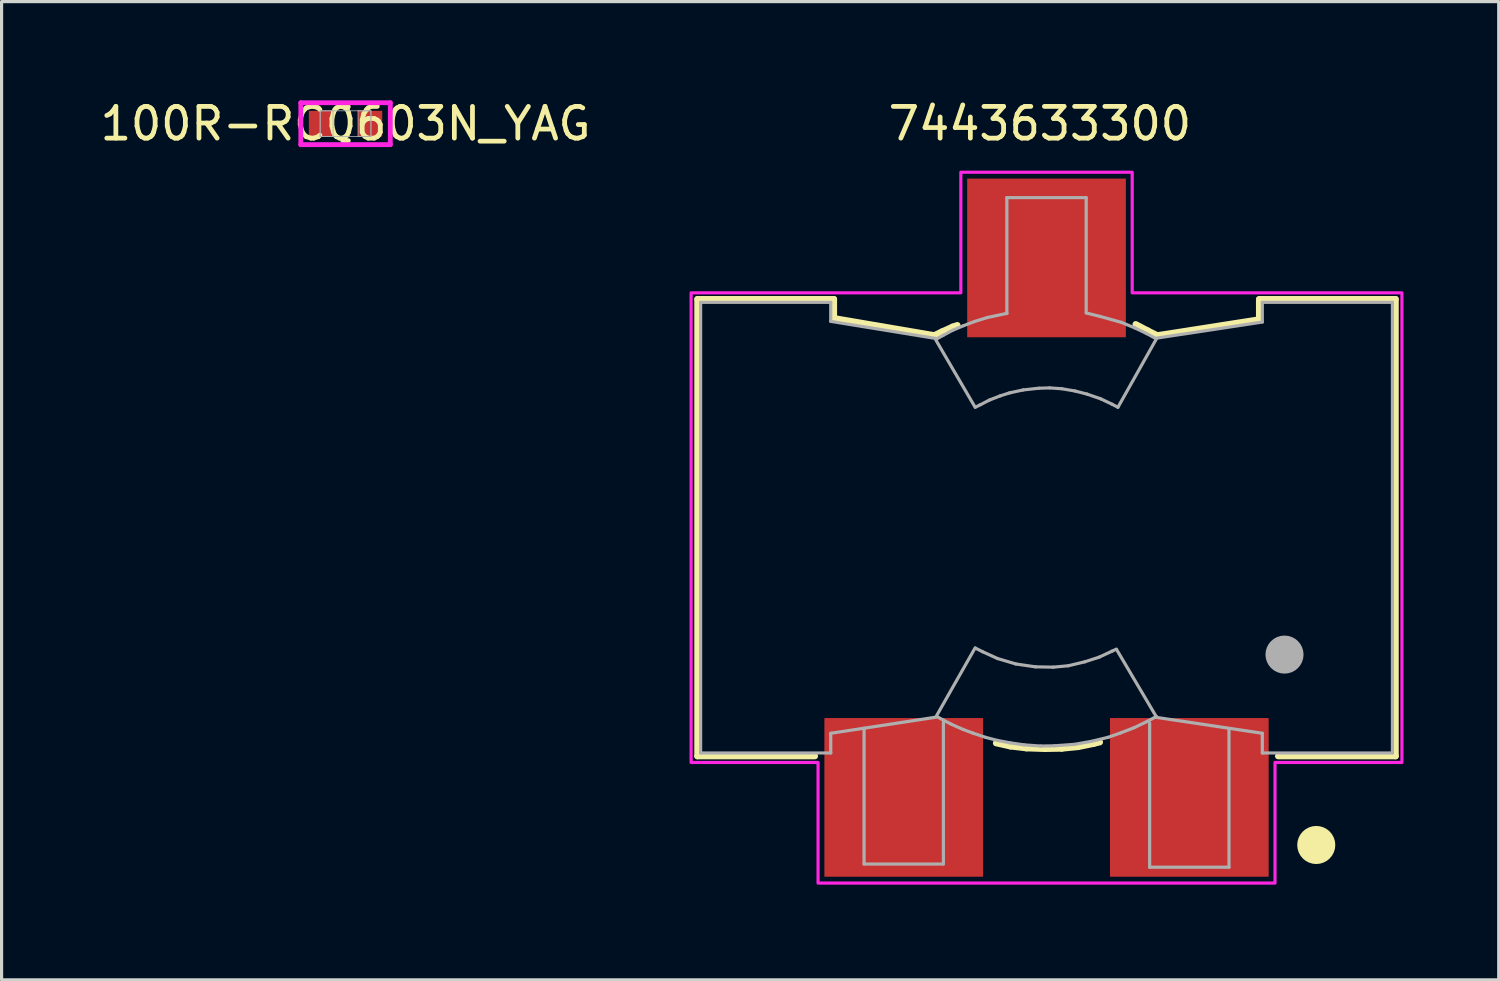
<source format=kicad_pcb>
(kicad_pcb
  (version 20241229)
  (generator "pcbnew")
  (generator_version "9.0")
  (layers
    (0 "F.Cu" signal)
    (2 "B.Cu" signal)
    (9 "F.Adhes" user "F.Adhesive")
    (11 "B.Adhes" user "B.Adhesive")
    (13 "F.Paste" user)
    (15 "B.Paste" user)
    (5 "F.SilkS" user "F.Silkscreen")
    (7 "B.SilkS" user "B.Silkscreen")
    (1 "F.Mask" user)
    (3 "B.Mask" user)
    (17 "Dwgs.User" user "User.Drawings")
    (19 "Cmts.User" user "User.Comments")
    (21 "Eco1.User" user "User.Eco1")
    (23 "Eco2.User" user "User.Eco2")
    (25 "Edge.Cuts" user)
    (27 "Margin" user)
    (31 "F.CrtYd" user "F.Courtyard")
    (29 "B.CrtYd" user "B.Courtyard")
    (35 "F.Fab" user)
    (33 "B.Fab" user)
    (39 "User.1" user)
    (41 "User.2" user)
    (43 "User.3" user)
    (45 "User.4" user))
  (footprint "100R-RC0603N_YAG"
    (layer "F.Cu")
    (at 7.839 0.848)
    (property "Reference" "100R-RC0603N_YAG" (at 0 0 0) (unlocked yes) (layer "F.SilkS") (effects (font (size 1 1) (thickness 0.15))))
    (attr smd)
    (fp_line (start -0.086 0.533) (end 0.086 0.533) (stroke (width 0.152) (type solid)) (layer "F.SilkS"))
    (fp_line (start 0.086 -0.533) (end -0.086 -0.533) (stroke (width 0.152) (type solid)) (layer "F.SilkS"))
    (fp_line (start -1.41 -0.66) (end 1.41 -0.66) (stroke (width 0.152) (type solid)) (layer "F.CrtYd"))
    (fp_line (start -1.41 0.66) (end -1.41 -0.66) (stroke (width 0.152) (type solid)) (layer "F.CrtYd"))
    (fp_line (start 1.41 -0.66) (end 1.41 0.66) (stroke (width 0.152) (type solid)) (layer "F.CrtYd"))
    (fp_line (start 1.41 0.66) (end -1.41 0.66) (stroke (width 0.152) (type solid)) (layer "F.CrtYd"))
    (fp_line (start -0.8 -0.406) (end -0.8 0.406) (stroke (width 0.025) (type solid)) (layer "F.Fab"))
    (fp_line (start -0.8 -0.406) (end -0.8 0.406) (stroke (width 0.025) (type solid)) (layer "F.Fab"))
    (fp_line (start -0.8 0.406) (end -0.394 0.406) (stroke (width 0.025) (type solid)) (layer "F.Fab"))
    (fp_line (start -0.8 0.406) (end 0.8 0.406) (stroke (width 0.025) (type solid)) (layer "F.Fab"))
    (fp_line (start -0.394 -0.406) (end -0.8 -0.406) (stroke (width 0.025) (type solid)) (layer "F.Fab"))
    (fp_line (start -0.394 0.406) (end -0.394 -0.406) (stroke (width 0.025) (type solid)) (layer "F.Fab"))
    (fp_line (start 0.394 -0.406) (end 0.394 0.406) (stroke (width 0.025) (type solid)) (layer "F.Fab"))
    (fp_line (start 0.394 0.406) (end 0.8 0.406) (stroke (width 0.025) (type solid)) (layer "F.Fab"))
    (fp_line (start 0.8 -0.406) (end -0.8 -0.406) (stroke (width 0.025) (type solid)) (layer "F.Fab"))
    (fp_line (start 0.8 -0.406) (end 0.394 -0.406) (stroke (width 0.025) (type solid)) (layer "F.Fab"))
    (fp_line (start 0.8 0.406) (end 0.8 -0.406) (stroke (width 0.025) (type solid)) (layer "F.Fab"))
    (fp_line (start 0.8 0.406) (end 0.8 -0.406) (stroke (width 0.025) (type solid)) (layer "F.Fab"))
    (pad "1" smd rect (at -0.775 0) (size 0.762 0.813) (layers "F.Cu" "F.Mask" "F.Paste"))
    (pad "2" smd rect (at 0.775 0) (size 0.762 0.813) (layers "F.Cu" "F.Mask" "F.Paste"))
    (zone (net_name "") (layer "F.Cu") (hatch full 0.508) (connect_pads) (min_thickness 0.254) (filled_areas_thickness no) (keepout (tracks not_allowed) (vias not_allowed) (pads allowed) (copperpour not_allowed) (footprints allowed)) (placement (enabled no)) (fill) (polygon (pts (xy 7.496 0.493) (xy 8.182 0.493) (xy 8.182 1.204) (xy 7.496 1.204)))))
  (footprint "7443633300"
    (layer "F.Cu")
    (at 29.929 13.578)
    (property "Reference" "7443633300" (at -0.21 -12.73 0) (layer "F.SilkS") (effects (font (size 1 1) (thickness 0.15))))
    (attr smd)
    (fp_line (start -11 -7.2) (end -11 7.2) (stroke (width 0.2) (type solid)) (layer "F.SilkS"))
    (fp_line (start -11 7.2) (end -7.3 7.2) (stroke (width 0.2) (type solid)) (layer "F.SilkS"))
    (fp_line (start -6.7 -7.2) (end -11 -7.2) (stroke (width 0.2) (type solid)) (layer "F.SilkS"))
    (fp_line (start -6.7 -7.2) (end -6.7 -6.6) (stroke (width 0.2) (type solid)) (layer "F.SilkS"))
    (fp_line (start -6.7 -6.6) (end -3.54 -6.06) (stroke (width 0.2) (type solid)) (layer "F.SilkS"))
    (fp_line (start -3.54 -6.06) (end -3.29 -6.18) (stroke (width 0.2) (type solid)) (layer "F.SilkS"))
    (fp_line (start -3.29 -6.18) (end -2.96 -6.33) (stroke (width 0.2) (type solid)) (layer "F.SilkS"))
    (fp_line (start -2.96 -6.33) (end -2.81 -6.38) (stroke (width 0.2) (type solid)) (layer "F.SilkS"))
    (fp_line (start -1.59 6.79) (end -1.14 6.89) (stroke (width 0.2) (type solid)) (layer "F.SilkS"))
    (fp_line (start -1.14 6.89) (end -0.63 6.95) (stroke (width 0.2) (type solid)) (layer "F.SilkS"))
    (fp_line (start -0.63 6.95) (end -0.05 6.97) (stroke (width 0.2) (type solid)) (layer "F.SilkS"))
    (fp_line (start -0.05 6.97) (end 0.48 6.96) (stroke (width 0.2) (type solid)) (layer "F.SilkS"))
    (fp_line (start 0.48 6.96) (end 0.99 6.91) (stroke (width 0.2) (type solid)) (layer "F.SilkS"))
    (fp_line (start 0.99 6.91) (end 1.48 6.81) (stroke (width 0.2) (type solid)) (layer "F.SilkS"))
    (fp_line (start 1.48 6.81) (end 1.68 6.76) (stroke (width 0.2) (type solid)) (layer "F.SilkS"))
    (fp_line (start 3.19 -6.21) (end 2.81 -6.41) (stroke (width 0.2) (type solid)) (layer "F.SilkS"))
    (fp_line (start 3.49 -6.06) (end 3.19 -6.21) (stroke (width 0.2) (type solid)) (layer "F.SilkS"))
    (fp_line (start 6.7 -7.2) (end 11 -7.2) (stroke (width 0.2) (type solid)) (layer "F.SilkS"))
    (fp_line (start 6.7 -7.19) (end 6.7 -6.58) (stroke (width 0.2) (type solid)) (layer "F.SilkS"))
    (fp_line (start 6.7 -6.56) (end 3.49 -6.06) (stroke (width 0.2) (type solid)) (layer "F.SilkS"))
    (fp_line (start 11 -7.2) (end 11 7.2) (stroke (width 0.2) (type solid)) (layer "F.SilkS"))
    (fp_line (start 11 7.2) (end 7.3 7.2) (stroke (width 0.2) (type solid)) (layer "F.SilkS"))
    (fp_circle (center 8.5 10) (end 8.8 10) (stroke (width 0.6) (type solid)) (fill no) (layer "F.SilkS"))
    (fp_poly (pts (xy -2.7 -11.2) (xy 2.7 -11.2) (xy 2.7 -7.4) (xy 11.2 -7.4) (xy 11.2 7.4) (xy 7.2 7.4) (xy 7.2 11.2) (xy -7.2 11.2) (xy -7.2 7.4) (xy -11.2 7.4) (xy -11.2 -7.4) (xy -2.7 -7.4)) (stroke (width 0.1) (type solid)) (fill no) (layer "F.CrtYd"))
    (fp_line (start -10.9 -7.1) (end -10.9 7.1) (stroke (width 0.1) (type solid)) (layer "F.Fab"))
    (fp_line (start -10.9 7.1) (end -6.8 7.1) (stroke (width 0.1) (type solid)) (layer "F.Fab"))
    (fp_line (start -6.8 -7.1) (end -10.9 -7.1) (stroke (width 0.1) (type solid)) (layer "F.Fab"))
    (fp_line (start -6.8 -7.1) (end -6.8 -6.5) (stroke (width 0.1) (type solid)) (layer "F.Fab"))
    (fp_line (start -6.8 -6.5) (end -3.47 -5.959) (stroke (width 0.1) (type solid)) (layer "F.Fab"))
    (fp_line (start -6.8 6.48) (end -6.8 7.1) (stroke (width 0.1) (type solid)) (layer "F.Fab"))
    (fp_line (start -6.8 6.48) (end -3.47 5.97) (stroke (width 0.1) (type solid)) (layer "F.Fab"))
    (fp_line (start -5.75 6.32) (end -5.75 10.6) (stroke (width 0.1) (type solid)) (layer "F.Fab"))
    (fp_line (start -5.75 10.6) (end -3.25 10.6) (stroke (width 0.1) (type solid)) (layer "F.Fab"))
    (fp_line (start -3.491 -5.919) (end -2.25 -3.795) (stroke (width 0.1) (type solid)) (layer "F.Fab"))
    (fp_line (start -3.48 5.953) (end -2.25 3.789) (stroke (width 0.1) (type solid)) (layer "F.Fab"))
    (fp_line (start -3.474 -5.941) (end -3.257 -6.06) (stroke (width 0.1) (type solid)) (layer "F.Fab"))
    (fp_line (start -3.452 5.955) (end -3.26 6.06) (stroke (width 0.1) (type solid)) (layer "F.Fab"))
    (fp_line (start -3.26 6.06) (end -2.995 6.197) (stroke (width 0.1) (type solid)) (layer "F.Fab"))
    (fp_line (start -3.257 -6.06) (end -2.964 -6.218) (stroke (width 0.1) (type solid)) (layer "F.Fab"))
    (fp_line (start -3.25 10.6) (end -3.25 6.14) (stroke (width 0.1) (type solid)) (layer "F.Fab"))
    (fp_line (start -2.995 6.197) (end -2.635 6.357) (stroke (width 0.1) (type solid)) (layer "F.Fab"))
    (fp_line (start -2.964 -6.218) (end -2.611 -6.366) (stroke (width 0.1) (type solid)) (layer "F.Fab"))
    (fp_line (start -2.635 6.357) (end -2.32 6.475) (stroke (width 0.1) (type solid)) (layer "F.Fab"))
    (fp_line (start -2.611 -6.366) (end -2.265 -6.498) (stroke (width 0.1) (type solid)) (layer "F.Fab"))
    (fp_line (start -2.32 6.475) (end -1.916 6.609) (stroke (width 0.1) (type solid)) (layer "F.Fab"))
    (fp_line (start -2.265 -6.498) (end -1.855 -6.624) (stroke (width 0.1) (type solid)) (layer "F.Fab"))
    (fp_line (start -2.242 -3.795) (end -2.078 -3.877) (stroke (width 0.1) (type solid)) (layer "F.Fab"))
    (fp_line (start -2.237 3.797) (end -2.014 3.91) (stroke (width 0.1) (type solid)) (layer "F.Fab"))
    (fp_line (start -2.078 -3.877) (end -1.804 -4.019) (stroke (width 0.1) (type solid)) (layer "F.Fab"))
    (fp_line (start -2.014 3.91) (end -1.547 4.123) (stroke (width 0.1) (type solid)) (layer "F.Fab"))
    (fp_line (start -1.916 6.609) (end -1.541 6.706) (stroke (width 0.1) (type solid)) (layer "F.Fab"))
    (fp_line (start -1.855 -6.624) (end -1.245 -6.754) (stroke (width 0.1) (type solid)) (layer "F.Fab"))
    (fp_line (start -1.804 -4.019) (end -1.462 -4.152) (stroke (width 0.1) (type solid)) (layer "F.Fab"))
    (fp_line (start -1.547 4.123) (end -0.966 4.296) (stroke (width 0.1) (type solid)) (layer "F.Fab"))
    (fp_line (start -1.541 6.706) (end -1.158 6.779) (stroke (width 0.1) (type solid)) (layer "F.Fab"))
    (fp_line (start -1.462 -4.152) (end -1.165 -4.247) (stroke (width 0.1) (type solid)) (layer "F.Fab"))
    (fp_line (start -1.25 -10.4) (end -1.25 -6.755) (stroke (width 0.1) (type solid)) (layer "F.Fab"))
    (fp_line (start -1.25 -10.4) (end 1.25 -10.4) (stroke (width 0.1) (type solid)) (layer "F.Fab"))
    (fp_line (start -1.165 -4.247) (end -0.736 -4.34) (stroke (width 0.1) (type solid)) (layer "F.Fab"))
    (fp_line (start -1.158 6.779) (end -0.703 6.845) (stroke (width 0.1) (type solid)) (layer "F.Fab"))
    (fp_line (start -0.966 4.296) (end -0.349 4.386) (stroke (width 0.1) (type solid)) (layer "F.Fab"))
    (fp_line (start -0.736 -4.34) (end -0.243 -4.394) (stroke (width 0.1) (type solid)) (layer "F.Fab"))
    (fp_line (start -0.703 6.845) (end -0.186 6.882) (stroke (width 0.1) (type solid)) (layer "F.Fab"))
    (fp_line (start -0.349 4.386) (end 0.213 4.396) (stroke (width 0.1) (type solid)) (layer "F.Fab"))
    (fp_line (start -0.243 -4.394) (end 0.101 -4.404) (stroke (width 0.1) (type solid)) (layer "F.Fab"))
    (fp_line (start -0.186 6.882) (end 0.252 6.874) (stroke (width 0.1) (type solid)) (layer "F.Fab"))
    (fp_line (start 0.101 -4.404) (end 0.479 -4.378) (stroke (width 0.1) (type solid)) (layer "F.Fab"))
    (fp_line (start 0.213 4.396) (end 0.688 4.352) (stroke (width 0.1) (type solid)) (layer "F.Fab"))
    (fp_line (start 0.252 6.874) (end 0.876 6.829) (stroke (width 0.1) (type solid)) (layer "F.Fab"))
    (fp_line (start 0.479 -4.378) (end 0.901 -4.306) (stroke (width 0.1) (type solid)) (layer "F.Fab"))
    (fp_line (start 0.688 4.352) (end 1.205 4.228) (stroke (width 0.1) (type solid)) (layer "F.Fab"))
    (fp_line (start 0.876 6.829) (end 1.395 6.738) (stroke (width 0.1) (type solid)) (layer "F.Fab"))
    (fp_line (start 0.901 -4.306) (end 1.279 -4.208) (stroke (width 0.1) (type solid)) (layer "F.Fab"))
    (fp_line (start 1.205 4.228) (end 1.659 4.081) (stroke (width 0.1) (type solid)) (layer "F.Fab"))
    (fp_line (start 1.25 -10.4) (end 1.25 -6.768) (stroke (width 0.1) (type solid)) (layer "F.Fab"))
    (fp_line (start 1.252 -6.766) (end 1.686 -6.657) (stroke (width 0.1) (type solid)) (layer "F.Fab"))
    (fp_line (start 1.279 -4.208) (end 1.707 -4.06) (stroke (width 0.1) (type solid)) (layer "F.Fab"))
    (fp_line (start 1.395 6.738) (end 1.937 6.608) (stroke (width 0.1) (type solid)) (layer "F.Fab"))
    (fp_line (start 1.659 4.081) (end 2.068 3.89) (stroke (width 0.1) (type solid)) (layer "F.Fab"))
    (fp_line (start 1.686 -6.657) (end 2.358 -6.47) (stroke (width 0.1) (type solid)) (layer "F.Fab"))
    (fp_line (start 1.707 -4.06) (end 2.069 -3.888) (stroke (width 0.1) (type solid)) (layer "F.Fab"))
    (fp_line (start 1.937 6.608) (end 2.34 6.467) (stroke (width 0.1) (type solid)) (layer "F.Fab"))
    (fp_line (start 2.068 3.89) (end 2.205 3.827) (stroke (width 0.1) (type solid)) (layer "F.Fab"))
    (fp_line (start 2.069 -3.888) (end 2.249 -3.793) (stroke (width 0.1) (type solid)) (layer "F.Fab"))
    (fp_line (start 2.34 6.467) (end 2.762 6.303) (stroke (width 0.1) (type solid)) (layer "F.Fab"))
    (fp_line (start 2.358 -6.47) (end 2.789 -6.292) (stroke (width 0.1) (type solid)) (layer "F.Fab"))
    (fp_line (start 2.762 6.303) (end 3.182 6.101) (stroke (width 0.1) (type solid)) (layer "F.Fab"))
    (fp_line (start 2.789 -6.292) (end 3.155 -6.117) (stroke (width 0.1) (type solid)) (layer "F.Fab"))
    (fp_line (start 3.155 -6.117) (end 3.457 -5.953) (stroke (width 0.1) (type solid)) (layer "F.Fab"))
    (fp_line (start 3.182 6.101) (end 3.464 5.949) (stroke (width 0.1) (type solid)) (layer "F.Fab"))
    (fp_line (start 3.25 6.157) (end 3.25 10.7) (stroke (width 0.1) (type solid)) (layer "F.Fab"))
    (fp_line (start 3.25 10.7) (end 5.75 10.7) (stroke (width 0.1) (type solid)) (layer "F.Fab"))
    (fp_line (start 3.466 5.969) (end 2.225 3.869) (stroke (width 0.1) (type solid)) (layer "F.Fab"))
    (fp_line (start 3.467 -5.957) (end 2.25 -3.793) (stroke (width 0.1) (type solid)) (layer "F.Fab"))
    (fp_line (start 5.75 10.7) (end 5.75 6.33) (stroke (width 0.1) (type solid)) (layer "F.Fab"))
    (fp_line (start 6.8 -7.1) (end 6.8 -6.48) (stroke (width 0.1) (type solid)) (layer "F.Fab"))
    (fp_line (start 6.8 -6.48) (end 3.47 -5.973) (stroke (width 0.1) (type solid)) (layer "F.Fab"))
    (fp_line (start 6.8 6.48) (end 3.442 5.976) (stroke (width 0.1) (type solid)) (layer "F.Fab"))
    (fp_line (start 6.8 6.48) (end 6.8 7.1) (stroke (width 0.1) (type solid)) (layer "F.Fab"))
    (fp_line (start 6.8 7.1) (end 10.9 7.1) (stroke (width 0.1) (type solid)) (layer "F.Fab"))
    (fp_line (start 10.9 -7.1) (end 6.8 -7.1) (stroke (width 0.1) (type solid)) (layer "F.Fab"))
    (fp_line (start 10.9 7.1) (end 10.9 -7.1) (stroke (width 0.1) (type solid)) (layer "F.Fab"))
    (fp_circle (center 7.5 4) (end 7.8 4) (stroke (width 0.6) (type solid)) (fill no) (layer "F.Fab"))
    (pad "1" smd rect (at -4.5 8.5) (size 5 5) (layers "F.Cu" "F.Mask" "F.Paste"))
    (pad "2" smd rect (at 4.5 8.5) (size 5 5) (layers "F.Cu" "F.Mask" "F.Paste"))
    (pad "3" smd rect (at 0 -8.5) (size 5 5) (layers "F.Cu" "F.Mask" "F.Paste")))
  (gr_rect
    (start -3 -3)
    (end 44.179 27.828)
    (stroke (width 0.1) (type default))
    (fill no)
    (layer "Edge.Cuts")))
</source>
